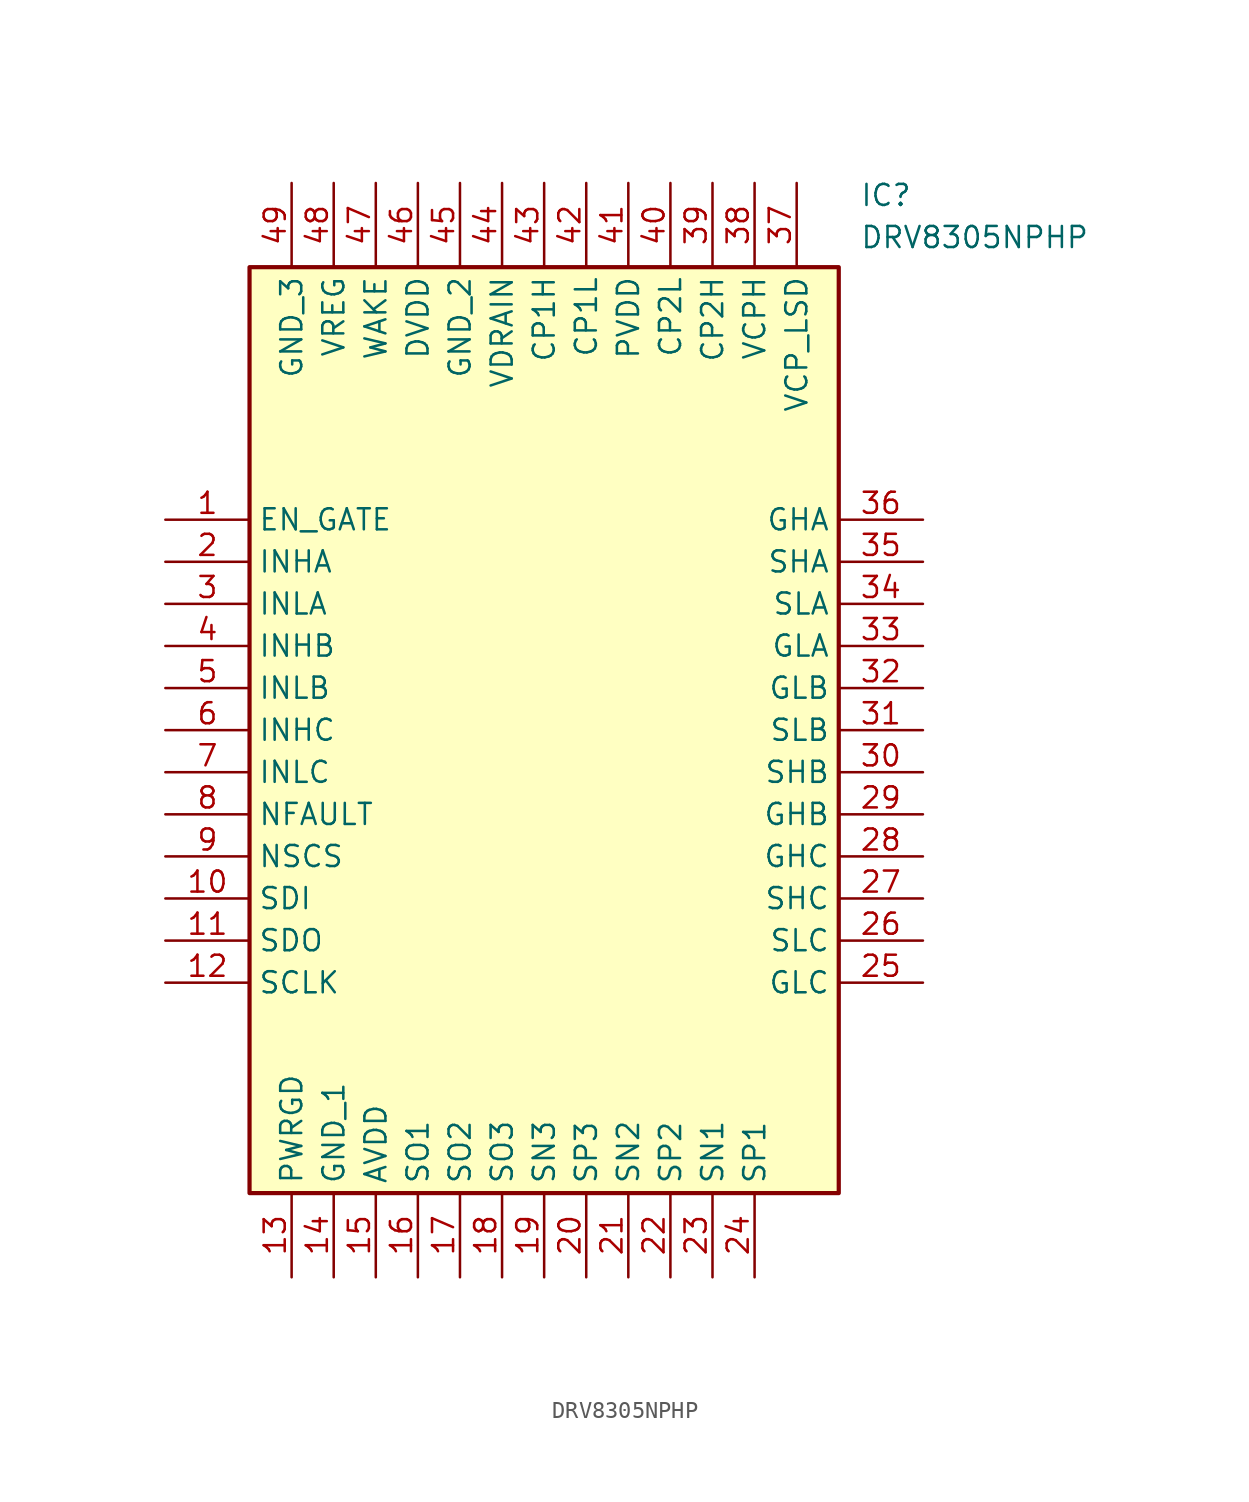
<source format=kicad_sym>
(kicad_symbol_lib
  (version 20211014)
  (generator SamacSys_ECAD_Model)
  (symbol "DRV8305NPHP"
    (property "Reference" "IC"
      (at 41.91 20.32 0)
      (effects (font (size 1.27 1.27)) (justify left top)))
    (property "Value" "DRV8305NPHP"
      (at 41.91 17.78 0)
      (effects (font (size 1.27 1.27)) (justify left top)))
    (rectangle
      (start 5.08 15.24)
      (end 40.64 -40.64)
      (stroke (width 0.254) (type default))
      (fill (type background)))
    (pin passive line
      (at 0 0 0)
      (length 5.08)
      (name "EN_GATE" (effects (font (size 1.27 1.27))))
      (number "1" (effects (font (size 1.27 1.27)))))
    (pin passive line
      (at 0 -2.54 0)
      (length 5.08)
      (name "INHA" (effects (font (size 1.27 1.27))))
      (number "2" (effects (font (size 1.27 1.27)))))
    (pin passive line
      (at 0 -5.08 0)
      (length 5.08)
      (name "INLA" (effects (font (size 1.27 1.27))))
      (number "3" (effects (font (size 1.27 1.27)))))
    (pin passive line
      (at 0 -7.62 0)
      (length 5.08)
      (name "INHB" (effects (font (size 1.27 1.27))))
      (number "4" (effects (font (size 1.27 1.27)))))
    (pin passive line
      (at 0 -10.16 0)
      (length 5.08)
      (name "INLB" (effects (font (size 1.27 1.27))))
      (number "5" (effects (font (size 1.27 1.27)))))
    (pin passive line
      (at 0 -12.7 0)
      (length 5.08)
      (name "INHC" (effects (font (size 1.27 1.27))))
      (number "6" (effects (font (size 1.27 1.27)))))
    (pin passive line
      (at 0 -15.24 0)
      (length 5.08)
      (name "INLC" (effects (font (size 1.27 1.27))))
      (number "7" (effects (font (size 1.27 1.27)))))
    (pin passive line
      (at 0 -17.78 0)
      (length 5.08)
      (name "NFAULT" (effects (font (size 1.27 1.27))))
      (number "8" (effects (font (size 1.27 1.27)))))
    (pin passive line
      (at 0 -20.32 0)
      (length 5.08)
      (name "NSCS" (effects (font (size 1.27 1.27))))
      (number "9" (effects (font (size 1.27 1.27)))))
    (pin passive line
      (at 0 -22.86 0)
      (length 5.08)
      (name "SDI" (effects (font (size 1.27 1.27))))
      (number "10" (effects (font (size 1.27 1.27)))))
    (pin passive line
      (at 0 -25.4 0)
      (length 5.08)
      (name "SDO" (effects (font (size 1.27 1.27))))
      (number "11" (effects (font (size 1.27 1.27)))))
    (pin passive line
      (at 0 -27.94 0)
      (length 5.08)
      (name "SCLK" (effects (font (size 1.27 1.27))))
      (number "12" (effects (font (size 1.27 1.27)))))
    (pin passive line
      (at 7.62 -45.72 90)
      (length 5.08)
      (name "PWRGD" (effects (font (size 1.27 1.27))))
      (number "13" (effects (font (size 1.27 1.27)))))
    (pin passive line
      (at 10.16 -45.72 90)
      (length 5.08)
      (name "GND_1" (effects (font (size 1.27 1.27))))
      (number "14" (effects (font (size 1.27 1.27)))))
    (pin passive line
      (at 12.7 -45.72 90)
      (length 5.08)
      (name "AVDD" (effects (font (size 1.27 1.27))))
      (number "15" (effects (font (size 1.27 1.27)))))
    (pin passive line
      (at 15.24 -45.72 90)
      (length 5.08)
      (name "SO1" (effects (font (size 1.27 1.27))))
      (number "16" (effects (font (size 1.27 1.27)))))
    (pin passive line
      (at 17.78 -45.72 90)
      (length 5.08)
      (name "SO2" (effects (font (size 1.27 1.27))))
      (number "17" (effects (font (size 1.27 1.27)))))
    (pin passive line
      (at 20.32 -45.72 90)
      (length 5.08)
      (name "SO3" (effects (font (size 1.27 1.27))))
      (number "18" (effects (font (size 1.27 1.27)))))
    (pin passive line
      (at 22.86 -45.72 90)
      (length 5.08)
      (name "SN3" (effects (font (size 1.27 1.27))))
      (number "19" (effects (font (size 1.27 1.27)))))
    (pin passive line
      (at 25.4 -45.72 90)
      (length 5.08)
      (name "SP3" (effects (font (size 1.27 1.27))))
      (number "20" (effects (font (size 1.27 1.27)))))
    (pin passive line
      (at 27.94 -45.72 90)
      (length 5.08)
      (name "SN2" (effects (font (size 1.27 1.27))))
      (number "21" (effects (font (size 1.27 1.27)))))
    (pin passive line
      (at 30.48 -45.72 90)
      (length 5.08)
      (name "SP2" (effects (font (size 1.27 1.27))))
      (number "22" (effects (font (size 1.27 1.27)))))
    (pin passive line
      (at 33.02 -45.72 90)
      (length 5.08)
      (name "SN1" (effects (font (size 1.27 1.27))))
      (number "23" (effects (font (size 1.27 1.27)))))
    (pin passive line
      (at 35.56 -45.72 90)
      (length 5.08)
      (name "SP1" (effects (font (size 1.27 1.27))))
      (number "24" (effects (font (size 1.27 1.27)))))
    (pin passive line
      (at 45.72 0 180)
      (length 5.08)
      (name "GHA" (effects (font (size 1.27 1.27))))
      (number "36" (effects (font (size 1.27 1.27)))))
    (pin passive line
      (at 45.72 -2.54 180)
      (length 5.08)
      (name "SHA" (effects (font (size 1.27 1.27))))
      (number "35" (effects (font (size 1.27 1.27)))))
    (pin passive line
      (at 45.72 -5.08 180)
      (length 5.08)
      (name "SLA" (effects (font (size 1.27 1.27))))
      (number "34" (effects (font (size 1.27 1.27)))))
    (pin passive line
      (at 45.72 -7.62 180)
      (length 5.08)
      (name "GLA" (effects (font (size 1.27 1.27))))
      (number "33" (effects (font (size 1.27 1.27)))))
    (pin passive line
      (at 45.72 -10.16 180)
      (length 5.08)
      (name "GLB" (effects (font (size 1.27 1.27))))
      (number "32" (effects (font (size 1.27 1.27)))))
    (pin passive line
      (at 45.72 -12.7 180)
      (length 5.08)
      (name "SLB" (effects (font (size 1.27 1.27))))
      (number "31" (effects (font (size 1.27 1.27)))))
    (pin passive line
      (at 45.72 -15.24 180)
      (length 5.08)
      (name "SHB" (effects (font (size 1.27 1.27))))
      (number "30" (effects (font (size 1.27 1.27)))))
    (pin passive line
      (at 45.72 -17.78 180)
      (length 5.08)
      (name "GHB" (effects (font (size 1.27 1.27))))
      (number "29" (effects (font (size 1.27 1.27)))))
    (pin passive line
      (at 45.72 -20.32 180)
      (length 5.08)
      (name "GHC" (effects (font (size 1.27 1.27))))
      (number "28" (effects (font (size 1.27 1.27)))))
    (pin passive line
      (at 45.72 -22.86 180)
      (length 5.08)
      (name "SHC" (effects (font (size 1.27 1.27))))
      (number "27" (effects (font (size 1.27 1.27)))))
    (pin passive line
      (at 45.72 -25.4 180)
      (length 5.08)
      (name "SLC" (effects (font (size 1.27 1.27))))
      (number "26" (effects (font (size 1.27 1.27)))))
    (pin passive line
      (at 45.72 -27.94 180)
      (length 5.08)
      (name "GLC" (effects (font (size 1.27 1.27))))
      (number "25" (effects (font (size 1.27 1.27)))))
    (pin passive line
      (at 7.62 20.32 270)
      (length 5.08)
      (name "GND_3" (effects (font (size 1.27 1.27))))
      (number "49" (effects (font (size 1.27 1.27)))))
    (pin passive line
      (at 10.16 20.32 270)
      (length 5.08)
      (name "VREG" (effects (font (size 1.27 1.27))))
      (number "48" (effects (font (size 1.27 1.27)))))
    (pin passive line
      (at 12.7 20.32 270)
      (length 5.08)
      (name "WAKE" (effects (font (size 1.27 1.27))))
      (number "47" (effects (font (size 1.27 1.27)))))
    (pin passive line
      (at 15.24 20.32 270)
      (length 5.08)
      (name "DVDD" (effects (font (size 1.27 1.27))))
      (number "46" (effects (font (size 1.27 1.27)))))
    (pin passive line
      (at 17.78 20.32 270)
      (length 5.08)
      (name "GND_2" (effects (font (size 1.27 1.27))))
      (number "45" (effects (font (size 1.27 1.27)))))
    (pin passive line
      (at 20.32 20.32 270)
      (length 5.08)
      (name "VDRAIN" (effects (font (size 1.27 1.27))))
      (number "44" (effects (font (size 1.27 1.27)))))
    (pin passive line
      (at 22.86 20.32 270)
      (length 5.08)
      (name "CP1H" (effects (font (size 1.27 1.27))))
      (number "43" (effects (font (size 1.27 1.27)))))
    (pin passive line
      (at 25.4 20.32 270)
      (length 5.08)
      (name "CP1L" (effects (font (size 1.27 1.27))))
      (number "42" (effects (font (size 1.27 1.27)))))
    (pin passive line
      (at 27.94 20.32 270)
      (length 5.08)
      (name "PVDD" (effects (font (size 1.27 1.27))))
      (number "41" (effects (font (size 1.27 1.27)))))
    (pin passive line
      (at 30.48 20.32 270)
      (length 5.08)
      (name "CP2L" (effects (font (size 1.27 1.27))))
      (number "40" (effects (font (size 1.27 1.27)))))
    (pin passive line
      (at 33.02 20.32 270)
      (length 5.08)
      (name "CP2H" (effects (font (size 1.27 1.27))))
      (number "39" (effects (font (size 1.27 1.27)))))
    (pin passive line
      (at 35.56 20.32 270)
      (length 5.08)
      (name "VCPH" (effects (font (size 1.27 1.27))))
      (number "38" (effects (font (size 1.27 1.27)))))
    (pin passive line
      (at 38.1 20.32 270)
      (length 5.08)
      (name "VCP_LSD" (effects (font (size 1.27 1.27))))
      (number "37" (effects (font (size 1.27 1.27)))))))
</source>
